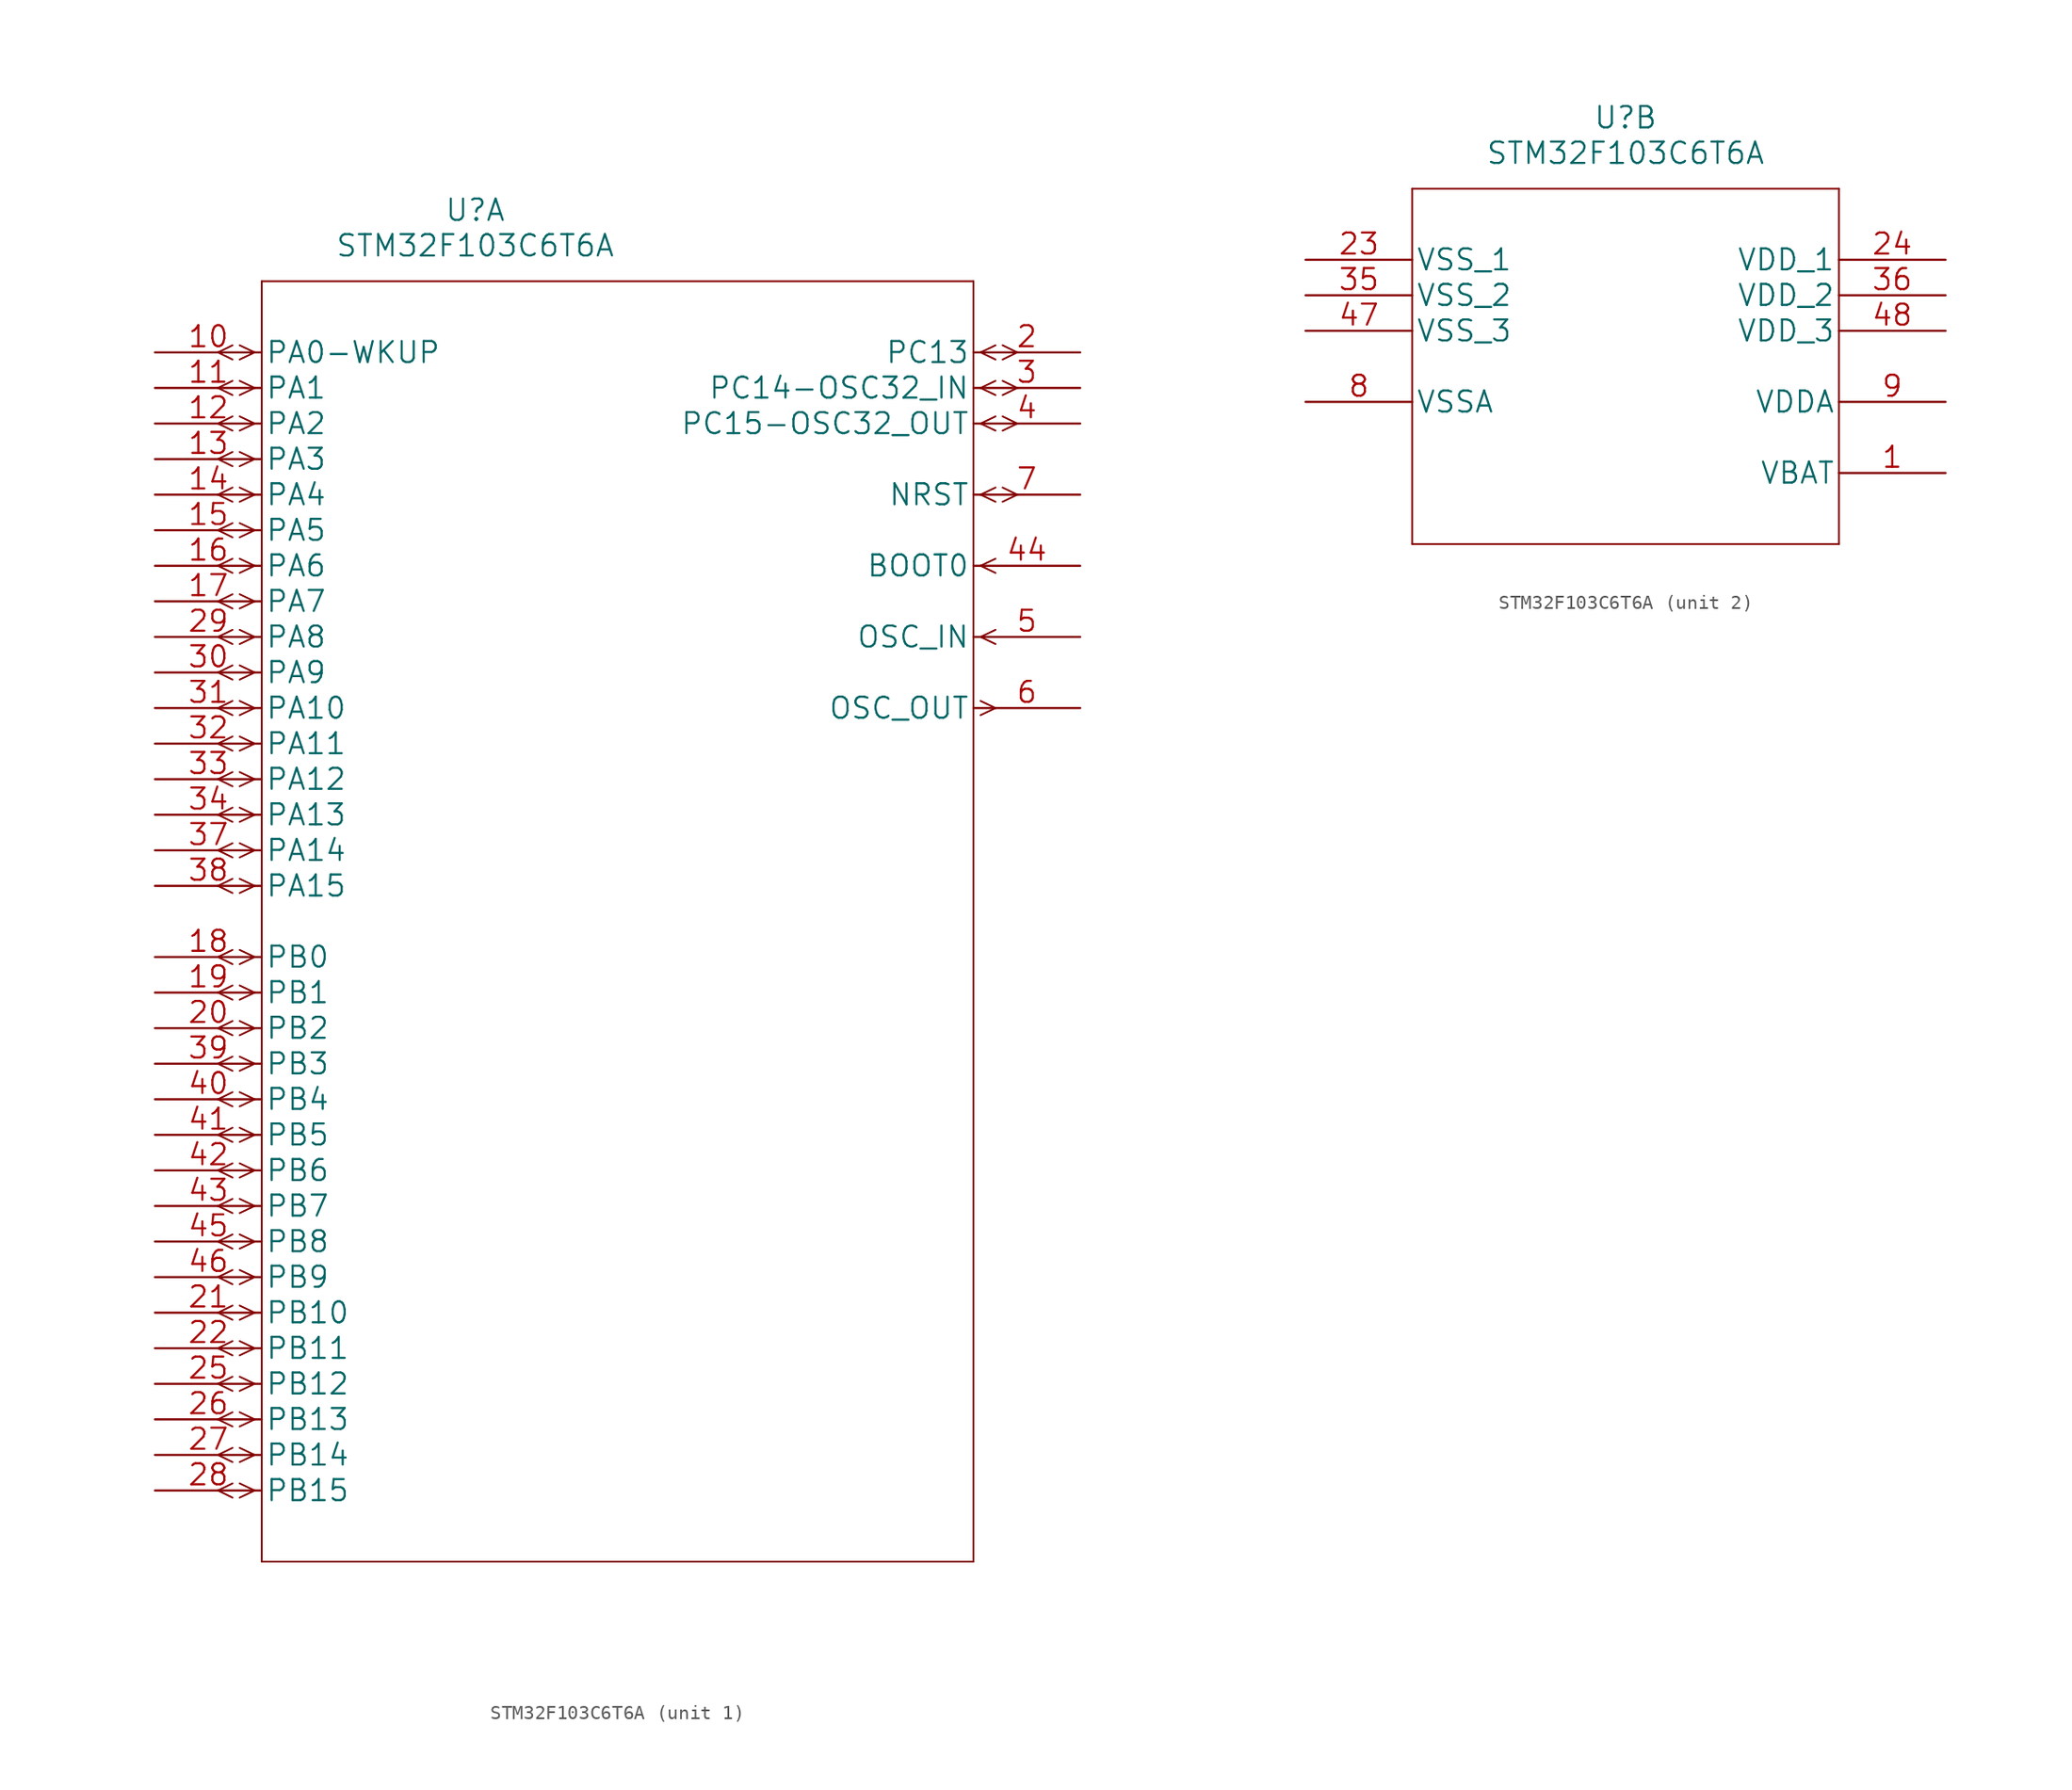
<source format=kicad_sym>
(kicad_symbol_lib
  (version 20220914)
  (generator kicad_symbol_editor)
  (symbol "STM32F103C6T6A"
    (pin_names
      (offset 0.254))
    (property "Reference" "U"
      (at 22.86 10.16 0)
      (effects (font (size 1.524 1.524))))
    (property "Value" "STM32F103C6T6A"
      (at 22.86 7.62 0)
      (effects (font (size 1.524 1.524))))
    (property "Datasheet" ""
      (at 0 0 0)
      (effects (font (size 1.524 1.524))))
    (symbol "STM32F103C6T6A_1_1"
      (polyline (pts (xy 5.537 -81.788) (xy 4.496 -81.28)) (stroke (width 0.127) (type solid)) (fill (type none)))
      (polyline (pts (xy 5.537 -80.772) (xy 4.496 -81.28)) (stroke (width 0.127) (type solid)) (fill (type none)))
      (polyline (pts (xy 5.537 -79.248) (xy 4.496 -78.74)) (stroke (width 0.127) (type solid)) (fill (type none)))
      (polyline (pts (xy 5.537 -78.232) (xy 4.496 -78.74)) (stroke (width 0.127) (type solid)) (fill (type none)))
      (polyline (pts (xy 5.537 -76.708) (xy 4.496 -76.2)) (stroke (width 0.127) (type solid)) (fill (type none)))
      (polyline (pts (xy 5.537 -75.692) (xy 4.496 -76.2)) (stroke (width 0.127) (type solid)) (fill (type none)))
      (polyline (pts (xy 5.537 -74.168) (xy 4.496 -73.66)) (stroke (width 0.127) (type solid)) (fill (type none)))
      (polyline (pts (xy 5.537 -73.152) (xy 4.496 -73.66)) (stroke (width 0.127) (type solid)) (fill (type none)))
      (polyline (pts (xy 5.537 -71.628) (xy 4.496 -71.12)) (stroke (width 0.127) (type solid)) (fill (type none)))
      (polyline (pts (xy 5.537 -70.612) (xy 4.496 -71.12)) (stroke (width 0.127) (type solid)) (fill (type none)))
      (polyline (pts (xy 5.537 -69.088) (xy 4.496 -68.58)) (stroke (width 0.127) (type solid)) (fill (type none)))
      (polyline (pts (xy 5.537 -68.072) (xy 4.496 -68.58)) (stroke (width 0.127) (type solid)) (fill (type none)))
      (polyline (pts (xy 5.537 -66.548) (xy 4.496 -66.04)) (stroke (width 0.127) (type solid)) (fill (type none)))
      (polyline (pts (xy 5.537 -65.532) (xy 4.496 -66.04)) (stroke (width 0.127) (type solid)) (fill (type none)))
      (polyline (pts (xy 5.537 -64.008) (xy 4.496 -63.5)) (stroke (width 0.127) (type solid)) (fill (type none)))
      (polyline (pts (xy 5.537 -62.992) (xy 4.496 -63.5)) (stroke (width 0.127) (type solid)) (fill (type none)))
      (polyline (pts (xy 5.537 -61.468) (xy 4.496 -60.96)) (stroke (width 0.127) (type solid)) (fill (type none)))
      (polyline (pts (xy 5.537 -60.452) (xy 4.496 -60.96)) (stroke (width 0.127) (type solid)) (fill (type none)))
      (polyline (pts (xy 5.537 -58.928) (xy 4.496 -58.42)) (stroke (width 0.127) (type solid)) (fill (type none)))
      (polyline (pts (xy 5.537 -57.912) (xy 4.496 -58.42)) (stroke (width 0.127) (type solid)) (fill (type none)))
      (polyline (pts (xy 5.537 -56.388) (xy 4.496 -55.88)) (stroke (width 0.127) (type solid)) (fill (type none)))
      (polyline (pts (xy 5.537 -55.372) (xy 4.496 -55.88)) (stroke (width 0.127) (type solid)) (fill (type none)))
      (polyline (pts (xy 5.537 -53.848) (xy 4.496 -53.34)) (stroke (width 0.127) (type solid)) (fill (type none)))
      (polyline (pts (xy 5.537 -52.832) (xy 4.496 -53.34)) (stroke (width 0.127) (type solid)) (fill (type none)))
      (polyline (pts (xy 5.537 -51.308) (xy 4.496 -50.8)) (stroke (width 0.127) (type solid)) (fill (type none)))
      (polyline (pts (xy 5.537 -50.292) (xy 4.496 -50.8)) (stroke (width 0.127) (type solid)) (fill (type none)))
      (polyline (pts (xy 5.537 -48.768) (xy 4.496 -48.26)) (stroke (width 0.127) (type solid)) (fill (type none)))
      (polyline (pts (xy 5.537 -47.752) (xy 4.496 -48.26)) (stroke (width 0.127) (type solid)) (fill (type none)))
      (polyline (pts (xy 5.537 -46.228) (xy 4.496 -45.72)) (stroke (width 0.127) (type solid)) (fill (type none)))
      (polyline (pts (xy 5.537 -45.212) (xy 4.496 -45.72)) (stroke (width 0.127) (type solid)) (fill (type none)))
      (polyline (pts (xy 5.537 -43.688) (xy 4.496 -43.18)) (stroke (width 0.127) (type solid)) (fill (type none)))
      (polyline (pts (xy 5.537 -42.672) (xy 4.496 -43.18)) (stroke (width 0.127) (type solid)) (fill (type none)))
      (polyline (pts (xy 5.537 -38.608) (xy 4.496 -38.1)) (stroke (width 0.127) (type solid)) (fill (type none)))
      (polyline (pts (xy 5.537 -37.592) (xy 4.496 -38.1)) (stroke (width 0.127) (type solid)) (fill (type none)))
      (polyline (pts (xy 5.537 -36.068) (xy 4.496 -35.56)) (stroke (width 0.127) (type solid)) (fill (type none)))
      (polyline (pts (xy 5.537 -35.052) (xy 4.496 -35.56)) (stroke (width 0.127) (type solid)) (fill (type none)))
      (polyline (pts (xy 5.537 -33.528) (xy 4.496 -33.02)) (stroke (width 0.127) (type solid)) (fill (type none)))
      (polyline (pts (xy 5.537 -32.512) (xy 4.496 -33.02)) (stroke (width 0.127) (type solid)) (fill (type none)))
      (polyline (pts (xy 5.537 -30.988) (xy 4.496 -30.48)) (stroke (width 0.127) (type solid)) (fill (type none)))
      (polyline (pts (xy 5.537 -29.972) (xy 4.496 -30.48)) (stroke (width 0.127) (type solid)) (fill (type none)))
      (polyline (pts (xy 5.537 -28.448) (xy 4.496 -27.94)) (stroke (width 0.127) (type solid)) (fill (type none)))
      (polyline (pts (xy 5.537 -27.432) (xy 4.496 -27.94)) (stroke (width 0.127) (type solid)) (fill (type none)))
      (polyline (pts (xy 5.537 -25.908) (xy 4.496 -25.4)) (stroke (width 0.127) (type solid)) (fill (type none)))
      (polyline (pts (xy 5.537 -24.892) (xy 4.496 -25.4)) (stroke (width 0.127) (type solid)) (fill (type none)))
      (polyline (pts (xy 5.537 -23.368) (xy 4.496 -22.86)) (stroke (width 0.127) (type solid)) (fill (type none)))
      (polyline (pts (xy 5.537 -22.352) (xy 4.496 -22.86)) (stroke (width 0.127) (type solid)) (fill (type none)))
      (polyline (pts (xy 5.537 -20.828) (xy 4.496 -20.32)) (stroke (width 0.127) (type solid)) (fill (type none)))
      (polyline (pts (xy 5.537 -19.812) (xy 4.496 -20.32)) (stroke (width 0.127) (type solid)) (fill (type none)))
      (polyline (pts (xy 5.537 -18.288) (xy 4.496 -17.78)) (stroke (width 0.127) (type solid)) (fill (type none)))
      (polyline (pts (xy 5.537 -17.272) (xy 4.496 -17.78)) (stroke (width 0.127) (type solid)) (fill (type none)))
      (polyline (pts (xy 5.537 -15.748) (xy 4.496 -15.24)) (stroke (width 0.127) (type solid)) (fill (type none)))
      (polyline (pts (xy 5.537 -14.732) (xy 4.496 -15.24)) (stroke (width 0.127) (type solid)) (fill (type none)))
      (polyline (pts (xy 5.537 -13.208) (xy 4.496 -12.7)) (stroke (width 0.127) (type solid)) (fill (type none)))
      (polyline (pts (xy 5.537 -12.192) (xy 4.496 -12.7)) (stroke (width 0.127) (type solid)) (fill (type none)))
      (polyline (pts (xy 5.537 -10.668) (xy 4.496 -10.16)) (stroke (width 0.127) (type solid)) (fill (type none)))
      (polyline (pts (xy 5.537 -9.652) (xy 4.496 -10.16)) (stroke (width 0.127) (type solid)) (fill (type none)))
      (polyline (pts (xy 5.537 -8.128) (xy 4.496 -7.62)) (stroke (width 0.127) (type solid)) (fill (type none)))
      (polyline (pts (xy 5.537 -7.112) (xy 4.496 -7.62)) (stroke (width 0.127) (type solid)) (fill (type none)))
      (polyline (pts (xy 5.537 -5.588) (xy 4.496 -5.08)) (stroke (width 0.127) (type solid)) (fill (type none)))
      (polyline (pts (xy 5.537 -4.572) (xy 4.496 -5.08)) (stroke (width 0.127) (type solid)) (fill (type none)))
      (polyline (pts (xy 5.537 -3.048) (xy 4.496 -2.54)) (stroke (width 0.127) (type solid)) (fill (type none)))
      (polyline (pts (xy 5.537 -2.032) (xy 4.496 -2.54)) (stroke (width 0.127) (type solid)) (fill (type none)))
      (polyline (pts (xy 5.537 -0.508) (xy 4.496 0)) (stroke (width 0.127) (type solid)) (fill (type none)))
      (polyline (pts (xy 5.537 0.508) (xy 4.496 0)) (stroke (width 0.127) (type solid)) (fill (type none)))
      (polyline (pts (xy 7.112 -81.28) (xy 6.045 -81.788)) (stroke (width 0.127) (type solid)) (fill (type none)))
      (polyline (pts (xy 7.112 -81.28) (xy 6.045 -80.772)) (stroke (width 0.127) (type solid)) (fill (type none)))
      (polyline (pts (xy 7.112 -78.74) (xy 6.045 -79.248)) (stroke (width 0.127) (type solid)) (fill (type none)))
      (polyline (pts (xy 7.112 -78.74) (xy 6.045 -78.232)) (stroke (width 0.127) (type solid)) (fill (type none)))
      (polyline (pts (xy 7.112 -76.2) (xy 6.045 -76.708)) (stroke (width 0.127) (type solid)) (fill (type none)))
      (polyline (pts (xy 7.112 -76.2) (xy 6.045 -75.692)) (stroke (width 0.127) (type solid)) (fill (type none)))
      (polyline (pts (xy 7.112 -73.66) (xy 6.045 -74.168)) (stroke (width 0.127) (type solid)) (fill (type none)))
      (polyline (pts (xy 7.112 -73.66) (xy 6.045 -73.152)) (stroke (width 0.127) (type solid)) (fill (type none)))
      (polyline (pts (xy 7.112 -71.12) (xy 6.045 -71.628)) (stroke (width 0.127) (type solid)) (fill (type none)))
      (polyline (pts (xy 7.112 -71.12) (xy 6.045 -70.612)) (stroke (width 0.127) (type solid)) (fill (type none)))
      (polyline (pts (xy 7.112 -68.58) (xy 6.045 -69.088)) (stroke (width 0.127) (type solid)) (fill (type none)))
      (polyline (pts (xy 7.112 -68.58) (xy 6.045 -68.072)) (stroke (width 0.127) (type solid)) (fill (type none)))
      (polyline (pts (xy 7.112 -66.04) (xy 6.045 -66.548)) (stroke (width 0.127) (type solid)) (fill (type none)))
      (polyline (pts (xy 7.112 -66.04) (xy 6.045 -65.532)) (stroke (width 0.127) (type solid)) (fill (type none)))
      (polyline (pts (xy 7.112 -63.5) (xy 6.045 -64.008)) (stroke (width 0.127) (type solid)) (fill (type none)))
      (polyline (pts (xy 7.112 -63.5) (xy 6.045 -62.992)) (stroke (width 0.127) (type solid)) (fill (type none)))
      (polyline (pts (xy 7.112 -60.96) (xy 6.045 -61.468)) (stroke (width 0.127) (type solid)) (fill (type none)))
      (polyline (pts (xy 7.112 -60.96) (xy 6.045 -60.452)) (stroke (width 0.127) (type solid)) (fill (type none)))
      (polyline (pts (xy 7.112 -58.42) (xy 6.045 -58.928)) (stroke (width 0.127) (type solid)) (fill (type none)))
      (polyline (pts (xy 7.112 -58.42) (xy 6.045 -57.912)) (stroke (width 0.127) (type solid)) (fill (type none)))
      (polyline (pts (xy 7.112 -55.88) (xy 6.045 -56.388)) (stroke (width 0.127) (type solid)) (fill (type none)))
      (polyline (pts (xy 7.112 -55.88) (xy 6.045 -55.372)) (stroke (width 0.127) (type solid)) (fill (type none)))
      (polyline (pts (xy 7.112 -53.34) (xy 6.045 -53.848)) (stroke (width 0.127) (type solid)) (fill (type none)))
      (polyline (pts (xy 7.112 -53.34) (xy 6.045 -52.832)) (stroke (width 0.127) (type solid)) (fill (type none)))
      (polyline (pts (xy 7.112 -50.8) (xy 6.045 -51.308)) (stroke (width 0.127) (type solid)) (fill (type none)))
      (polyline (pts (xy 7.112 -50.8) (xy 6.045 -50.292)) (stroke (width 0.127) (type solid)) (fill (type none)))
      (polyline (pts (xy 7.112 -48.26) (xy 6.045 -48.768)) (stroke (width 0.127) (type solid)) (fill (type none)))
      (polyline (pts (xy 7.112 -48.26) (xy 6.045 -47.752)) (stroke (width 0.127) (type solid)) (fill (type none)))
      (polyline (pts (xy 7.112 -45.72) (xy 6.045 -46.228)) (stroke (width 0.127) (type solid)) (fill (type none)))
      (polyline (pts (xy 7.112 -45.72) (xy 6.045 -45.212)) (stroke (width 0.127) (type solid)) (fill (type none)))
      (polyline (pts (xy 7.112 -43.18) (xy 6.045 -43.688)) (stroke (width 0.127) (type solid)) (fill (type none)))
      (polyline (pts (xy 7.112 -43.18) (xy 6.045 -42.672)) (stroke (width 0.127) (type solid)) (fill (type none)))
      (polyline (pts (xy 7.112 -38.1) (xy 6.045 -38.608)) (stroke (width 0.127) (type solid)) (fill (type none)))
      (polyline (pts (xy 7.112 -38.1) (xy 6.045 -37.592)) (stroke (width 0.127) (type solid)) (fill (type none)))
      (polyline (pts (xy 7.112 -35.56) (xy 6.045 -36.068)) (stroke (width 0.127) (type solid)) (fill (type none)))
      (polyline (pts (xy 7.112 -35.56) (xy 6.045 -35.052)) (stroke (width 0.127) (type solid)) (fill (type none)))
      (polyline (pts (xy 7.112 -33.02) (xy 6.045 -33.528)) (stroke (width 0.127) (type solid)) (fill (type none)))
      (polyline (pts (xy 7.112 -33.02) (xy 6.045 -32.512)) (stroke (width 0.127) (type solid)) (fill (type none)))
      (polyline (pts (xy 7.112 -30.48) (xy 6.045 -30.988)) (stroke (width 0.127) (type solid)) (fill (type none)))
      (polyline (pts (xy 7.112 -30.48) (xy 6.045 -29.972)) (stroke (width 0.127) (type solid)) (fill (type none)))
      (polyline (pts (xy 7.112 -27.94) (xy 6.045 -28.448)) (stroke (width 0.127) (type solid)) (fill (type none)))
      (polyline (pts (xy 7.112 -27.94) (xy 6.045 -27.432)) (stroke (width 0.127) (type solid)) (fill (type none)))
      (polyline (pts (xy 7.112 -25.4) (xy 6.045 -25.908)) (stroke (width 0.127) (type solid)) (fill (type none)))
      (polyline (pts (xy 7.112 -25.4) (xy 6.045 -24.892)) (stroke (width 0.127) (type solid)) (fill (type none)))
      (polyline (pts (xy 7.112 -22.86) (xy 6.045 -23.368)) (stroke (width 0.127) (type solid)) (fill (type none)))
      (polyline (pts (xy 7.112 -22.86) (xy 6.045 -22.352)) (stroke (width 0.127) (type solid)) (fill (type none)))
      (polyline (pts (xy 7.112 -20.32) (xy 6.045 -20.828)) (stroke (width 0.127) (type solid)) (fill (type none)))
      (polyline (pts (xy 7.112 -20.32) (xy 6.045 -19.812)) (stroke (width 0.127) (type solid)) (fill (type none)))
      (polyline (pts (xy 7.112 -17.78) (xy 6.045 -18.288)) (stroke (width 0.127) (type solid)) (fill (type none)))
      (polyline (pts (xy 7.112 -17.78) (xy 6.045 -17.272)) (stroke (width 0.127) (type solid)) (fill (type none)))
      (polyline (pts (xy 7.112 -15.24) (xy 6.045 -15.748)) (stroke (width 0.127) (type solid)) (fill (type none)))
      (polyline (pts (xy 7.112 -15.24) (xy 6.045 -14.732)) (stroke (width 0.127) (type solid)) (fill (type none)))
      (polyline (pts (xy 7.112 -12.7) (xy 6.045 -13.208)) (stroke (width 0.127) (type solid)) (fill (type none)))
      (polyline (pts (xy 7.112 -12.7) (xy 6.045 -12.192)) (stroke (width 0.127) (type solid)) (fill (type none)))
      (polyline (pts (xy 7.112 -10.16) (xy 6.045 -10.668)) (stroke (width 0.127) (type solid)) (fill (type none)))
      (polyline (pts (xy 7.112 -10.16) (xy 6.045 -9.652)) (stroke (width 0.127) (type solid)) (fill (type none)))
      (polyline (pts (xy 7.112 -7.62) (xy 6.045 -8.128)) (stroke (width 0.127) (type solid)) (fill (type none)))
      (polyline (pts (xy 7.112 -7.62) (xy 6.045 -7.112)) (stroke (width 0.127) (type solid)) (fill (type none)))
      (polyline (pts (xy 7.112 -5.08) (xy 6.045 -5.588)) (stroke (width 0.127) (type solid)) (fill (type none)))
      (polyline (pts (xy 7.112 -5.08) (xy 6.045 -4.572)) (stroke (width 0.127) (type solid)) (fill (type none)))
      (polyline (pts (xy 7.112 -2.54) (xy 6.045 -3.048)) (stroke (width 0.127) (type solid)) (fill (type none)))
      (polyline (pts (xy 7.112 -2.54) (xy 6.045 -2.032)) (stroke (width 0.127) (type solid)) (fill (type none)))
      (polyline (pts (xy 7.112 0) (xy 6.045 -0.508)) (stroke (width 0.127) (type solid)) (fill (type none)))
      (polyline (pts (xy 7.112 0) (xy 6.045 0.508)) (stroke (width 0.127) (type solid)) (fill (type none)))
      (polyline (pts (xy 7.62 -86.36) (xy 58.42 -86.36)) (stroke (width 0.127) (type solid)) (fill (type none)))
      (polyline (pts (xy 7.62 5.08) (xy 7.62 -86.36)) (stroke (width 0.127) (type solid)) (fill (type none)))
      (polyline (pts (xy 58.42 -86.36) (xy 58.42 5.08)) (stroke (width 0.127) (type solid)) (fill (type none)))
      (polyline (pts (xy 58.42 5.08) (xy 7.62 5.08)) (stroke (width 0.127) (type solid)) (fill (type none)))
      (polyline (pts (xy 58.928 -25.908) (xy 59.995 -25.4)) (stroke (width 0.127) (type solid)) (fill (type none)))
      (polyline (pts (xy 58.928 -24.892) (xy 59.995 -25.4)) (stroke (width 0.127) (type solid)) (fill (type none)))
      (polyline (pts (xy 58.928 -20.32) (xy 59.995 -20.828)) (stroke (width 0.127) (type solid)) (fill (type none)))
      (polyline (pts (xy 58.928 -20.32) (xy 59.995 -19.812)) (stroke (width 0.127) (type solid)) (fill (type none)))
      (polyline (pts (xy 58.928 -15.24) (xy 59.995 -15.748)) (stroke (width 0.127) (type solid)) (fill (type none)))
      (polyline (pts (xy 58.928 -15.24) (xy 59.995 -14.732)) (stroke (width 0.127) (type solid)) (fill (type none)))
      (polyline (pts (xy 58.928 -10.16) (xy 59.995 -10.668)) (stroke (width 0.127) (type solid)) (fill (type none)))
      (polyline (pts (xy 58.928 -10.16) (xy 59.995 -9.652)) (stroke (width 0.127) (type solid)) (fill (type none)))
      (polyline (pts (xy 58.928 -5.08) (xy 59.995 -5.588)) (stroke (width 0.127) (type solid)) (fill (type none)))
      (polyline (pts (xy 58.928 -5.08) (xy 59.995 -4.572)) (stroke (width 0.127) (type solid)) (fill (type none)))
      (polyline (pts (xy 58.928 -2.54) (xy 59.995 -3.048)) (stroke (width 0.127) (type solid)) (fill (type none)))
      (polyline (pts (xy 58.928 -2.54) (xy 59.995 -2.032)) (stroke (width 0.127) (type solid)) (fill (type none)))
      (polyline (pts (xy 58.928 0) (xy 59.995 -0.508)) (stroke (width 0.127) (type solid)) (fill (type none)))
      (polyline (pts (xy 58.928 0) (xy 59.995 0.508)) (stroke (width 0.127) (type solid)) (fill (type none)))
      (polyline (pts (xy 60.503 -10.668) (xy 61.544 -10.16)) (stroke (width 0.127) (type solid)) (fill (type none)))
      (polyline (pts (xy 60.503 -9.652) (xy 61.544 -10.16)) (stroke (width 0.127) (type solid)) (fill (type none)))
      (polyline (pts (xy 60.503 -5.588) (xy 61.544 -5.08)) (stroke (width 0.127) (type solid)) (fill (type none)))
      (polyline (pts (xy 60.503 -4.572) (xy 61.544 -5.08)) (stroke (width 0.127) (type solid)) (fill (type none)))
      (polyline (pts (xy 60.503 -3.048) (xy 61.544 -2.54)) (stroke (width 0.127) (type solid)) (fill (type none)))
      (polyline (pts (xy 60.503 -2.032) (xy 61.544 -2.54)) (stroke (width 0.127) (type solid)) (fill (type none)))
      (polyline (pts (xy 60.503 -0.508) (xy 61.544 0)) (stroke (width 0.127) (type solid)) (fill (type none)))
      (polyline (pts (xy 60.503 0.508) (xy 61.544 0)) (stroke (width 0.127) (type solid)) (fill (type none)))
      (pin bidirectional line (at 0 0 0) (length 7.62) (name "PA0-WKUP" (effects (font (size 1.499 1.499)))) (number "10" (effects (font (size 1.499 1.499)))))
      (pin bidirectional line (at 0 -2.54 0) (length 7.62) (name "PA1" (effects (font (size 1.499 1.499)))) (number "11" (effects (font (size 1.499 1.499)))))
      (pin bidirectional line (at 0 -5.08 0) (length 7.62) (name "PA2" (effects (font (size 1.499 1.499)))) (number "12" (effects (font (size 1.499 1.499)))))
      (pin bidirectional line (at 0 -7.62 0) (length 7.62) (name "PA3" (effects (font (size 1.499 1.499)))) (number "13" (effects (font (size 1.499 1.499)))))
      (pin bidirectional line (at 0 -10.16 0) (length 7.62) (name "PA4" (effects (font (size 1.499 1.499)))) (number "14" (effects (font (size 1.499 1.499)))))
      (pin bidirectional line (at 0 -12.7 0) (length 7.62) (name "PA5" (effects (font (size 1.499 1.499)))) (number "15" (effects (font (size 1.499 1.499)))))
      (pin bidirectional line (at 0 -15.24 0) (length 7.62) (name "PA6" (effects (font (size 1.499 1.499)))) (number "16" (effects (font (size 1.499 1.499)))))
      (pin bidirectional line (at 0 -17.78 0) (length 7.62) (name "PA7" (effects (font (size 1.499 1.499)))) (number "17" (effects (font (size 1.499 1.499)))))
      (pin bidirectional line (at 0 -43.18 0) (length 7.62) (name "PB0" (effects (font (size 1.499 1.499)))) (number "18" (effects (font (size 1.499 1.499)))))
      (pin bidirectional line (at 0 -45.72 0) (length 7.62) (name "PB1" (effects (font (size 1.499 1.499)))) (number "19" (effects (font (size 1.499 1.499)))))
      (pin bidirectional line (at 66.04 0 180) (length 7.62) (name "PC13" (effects (font (size 1.499 1.499)))) (number "2" (effects (font (size 1.499 1.499)))))
      (pin bidirectional line (at 0 -48.26 0) (length 7.62) (name "PB2" (effects (font (size 1.499 1.499)))) (number "20" (effects (font (size 1.499 1.499)))))
      (pin bidirectional line (at 0 -68.58 0) (length 7.62) (name "PB10" (effects (font (size 1.499 1.499)))) (number "21" (effects (font (size 1.499 1.499)))))
      (pin bidirectional line (at 0 -71.12 0) (length 7.62) (name "PB11" (effects (font (size 1.499 1.499)))) (number "22" (effects (font (size 1.499 1.499)))))
      (pin bidirectional line (at 0 -73.66 0) (length 7.62) (name "PB12" (effects (font (size 1.499 1.499)))) (number "25" (effects (font (size 1.499 1.499)))))
      (pin bidirectional line (at 0 -76.2 0) (length 7.62) (name "PB13" (effects (font (size 1.499 1.499)))) (number "26" (effects (font (size 1.499 1.499)))))
      (pin bidirectional line (at 0 -78.74 0) (length 7.62) (name "PB14" (effects (font (size 1.499 1.499)))) (number "27" (effects (font (size 1.499 1.499)))))
      (pin bidirectional line (at 0 -81.28 0) (length 7.62) (name "PB15" (effects (font (size 1.499 1.499)))) (number "28" (effects (font (size 1.499 1.499)))))
      (pin bidirectional line (at 0 -20.32 0) (length 7.62) (name "PA8" (effects (font (size 1.499 1.499)))) (number "29" (effects (font (size 1.499 1.499)))))
      (pin bidirectional line (at 66.04 -2.54 180) (length 7.62) (name "PC14-OSC32_IN" (effects (font (size 1.499 1.499)))) (number "3" (effects (font (size 1.499 1.499)))))
      (pin bidirectional line (at 0 -22.86 0) (length 7.62) (name "PA9" (effects (font (size 1.499 1.499)))) (number "30" (effects (font (size 1.499 1.499)))))
      (pin bidirectional line (at 0 -25.4 0) (length 7.62) (name "PA10" (effects (font (size 1.499 1.499)))) (number "31" (effects (font (size 1.499 1.499)))))
      (pin bidirectional line (at 0 -27.94 0) (length 7.62) (name "PA11" (effects (font (size 1.499 1.499)))) (number "32" (effects (font (size 1.499 1.499)))))
      (pin bidirectional line (at 0 -30.48 0) (length 7.62) (name "PA12" (effects (font (size 1.499 1.499)))) (number "33" (effects (font (size 1.499 1.499)))))
      (pin bidirectional line (at 0 -33.02 0) (length 7.62) (name "PA13" (effects (font (size 1.499 1.499)))) (number "34" (effects (font (size 1.499 1.499)))))
      (pin bidirectional line (at 0 -35.56 0) (length 7.62) (name "PA14" (effects (font (size 1.499 1.499)))) (number "37" (effects (font (size 1.499 1.499)))))
      (pin bidirectional line (at 0 -38.1 0) (length 7.62) (name "PA15" (effects (font (size 1.499 1.499)))) (number "38" (effects (font (size 1.499 1.499)))))
      (pin bidirectional line (at 0 -50.8 0) (length 7.62) (name "PB3" (effects (font (size 1.499 1.499)))) (number "39" (effects (font (size 1.499 1.499)))))
      (pin bidirectional line (at 66.04 -5.08 180) (length 7.62) (name "PC15-OSC32_OUT" (effects (font (size 1.499 1.499)))) (number "4" (effects (font (size 1.499 1.499)))))
      (pin bidirectional line (at 0 -53.34 0) (length 7.62) (name "PB4" (effects (font (size 1.499 1.499)))) (number "40" (effects (font (size 1.499 1.499)))))
      (pin bidirectional line (at 0 -55.88 0) (length 7.62) (name "PB5" (effects (font (size 1.499 1.499)))) (number "41" (effects (font (size 1.499 1.499)))))
      (pin bidirectional line (at 0 -58.42 0) (length 7.62) (name "PB6" (effects (font (size 1.499 1.499)))) (number "42" (effects (font (size 1.499 1.499)))))
      (pin bidirectional line (at 0 -60.96 0) (length 7.62) (name "PB7" (effects (font (size 1.499 1.499)))) (number "43" (effects (font (size 1.499 1.499)))))
      (pin input line (at 66.04 -15.24 180) (length 7.62) (name "BOOT0" (effects (font (size 1.499 1.499)))) (number "44" (effects (font (size 1.499 1.499)))))
      (pin bidirectional line (at 0 -63.5 0) (length 7.62) (name "PB8" (effects (font (size 1.499 1.499)))) (number "45" (effects (font (size 1.499 1.499)))))
      (pin bidirectional line (at 0 -66.04 0) (length 7.62) (name "PB9" (effects (font (size 1.499 1.499)))) (number "46" (effects (font (size 1.499 1.499)))))
      (pin input line (at 66.04 -20.32 180) (length 7.62) (name "OSC_IN" (effects (font (size 1.499 1.499)))) (number "5" (effects (font (size 1.499 1.499)))))
      (pin output line (at 66.04 -25.4 180) (length 7.62) (name "OSC_OUT" (effects (font (size 1.499 1.499)))) (number "6" (effects (font (size 1.499 1.499)))))
      (pin bidirectional line (at 66.04 -10.16 180) (length 7.62) (name "NRST" (effects (font (size 1.499 1.499)))) (number "7" (effects (font (size 1.499 1.499))))))
    (symbol "STM32F103C6T6A_2_1"
      (polyline (pts (xy 7.62 -20.32) (xy 38.1 -20.32)) (stroke (width 0.127) (type solid)) (fill (type none)))
      (polyline (pts (xy 7.62 5.08) (xy 7.62 -20.32)) (stroke (width 0.127) (type solid)) (fill (type none)))
      (polyline (pts (xy 38.1 -20.32) (xy 38.1 5.08)) (stroke (width 0.127) (type solid)) (fill (type none)))
      (polyline (pts (xy 38.1 5.08) (xy 7.62 5.08)) (stroke (width 0.127) (type solid)) (fill (type none)))
      (pin power_in line (at 45.72 -15.24 180) (length 7.62) (name "VBAT" (effects (font (size 1.499 1.499)))) (number "1" (effects (font (size 1.499 1.499)))))
      (pin power_in line (at 0 0 0) (length 7.62) (name "VSS_1" (effects (font (size 1.499 1.499)))) (number "23" (effects (font (size 1.499 1.499)))))
      (pin power_in line (at 45.72 0 180) (length 7.62) (name "VDD_1" (effects (font (size 1.499 1.499)))) (number "24" (effects (font (size 1.499 1.499)))))
      (pin power_in line (at 0 -2.54 0) (length 7.62) (name "VSS_2" (effects (font (size 1.499 1.499)))) (number "35" (effects (font (size 1.499 1.499)))))
      (pin power_in line (at 45.72 -2.54 180) (length 7.62) (name "VDD_2" (effects (font (size 1.499 1.499)))) (number "36" (effects (font (size 1.499 1.499)))))
      (pin power_in line (at 0 -5.08 0) (length 7.62) (name "VSS_3" (effects (font (size 1.499 1.499)))) (number "47" (effects (font (size 1.499 1.499)))))
      (pin power_in line (at 45.72 -5.08 180) (length 7.62) (name "VDD_3" (effects (font (size 1.499 1.499)))) (number "48" (effects (font (size 1.499 1.499)))))
      (pin power_in line (at 0 -10.16 0) (length 7.62) (name "VSSA" (effects (font (size 1.499 1.499)))) (number "8" (effects (font (size 1.499 1.499)))))
      (pin power_in line (at 45.72 -10.16 180) (length 7.62) (name "VDDA" (effects (font (size 1.499 1.499)))) (number "9" (effects (font (size 1.499 1.499))))))))
</source>
